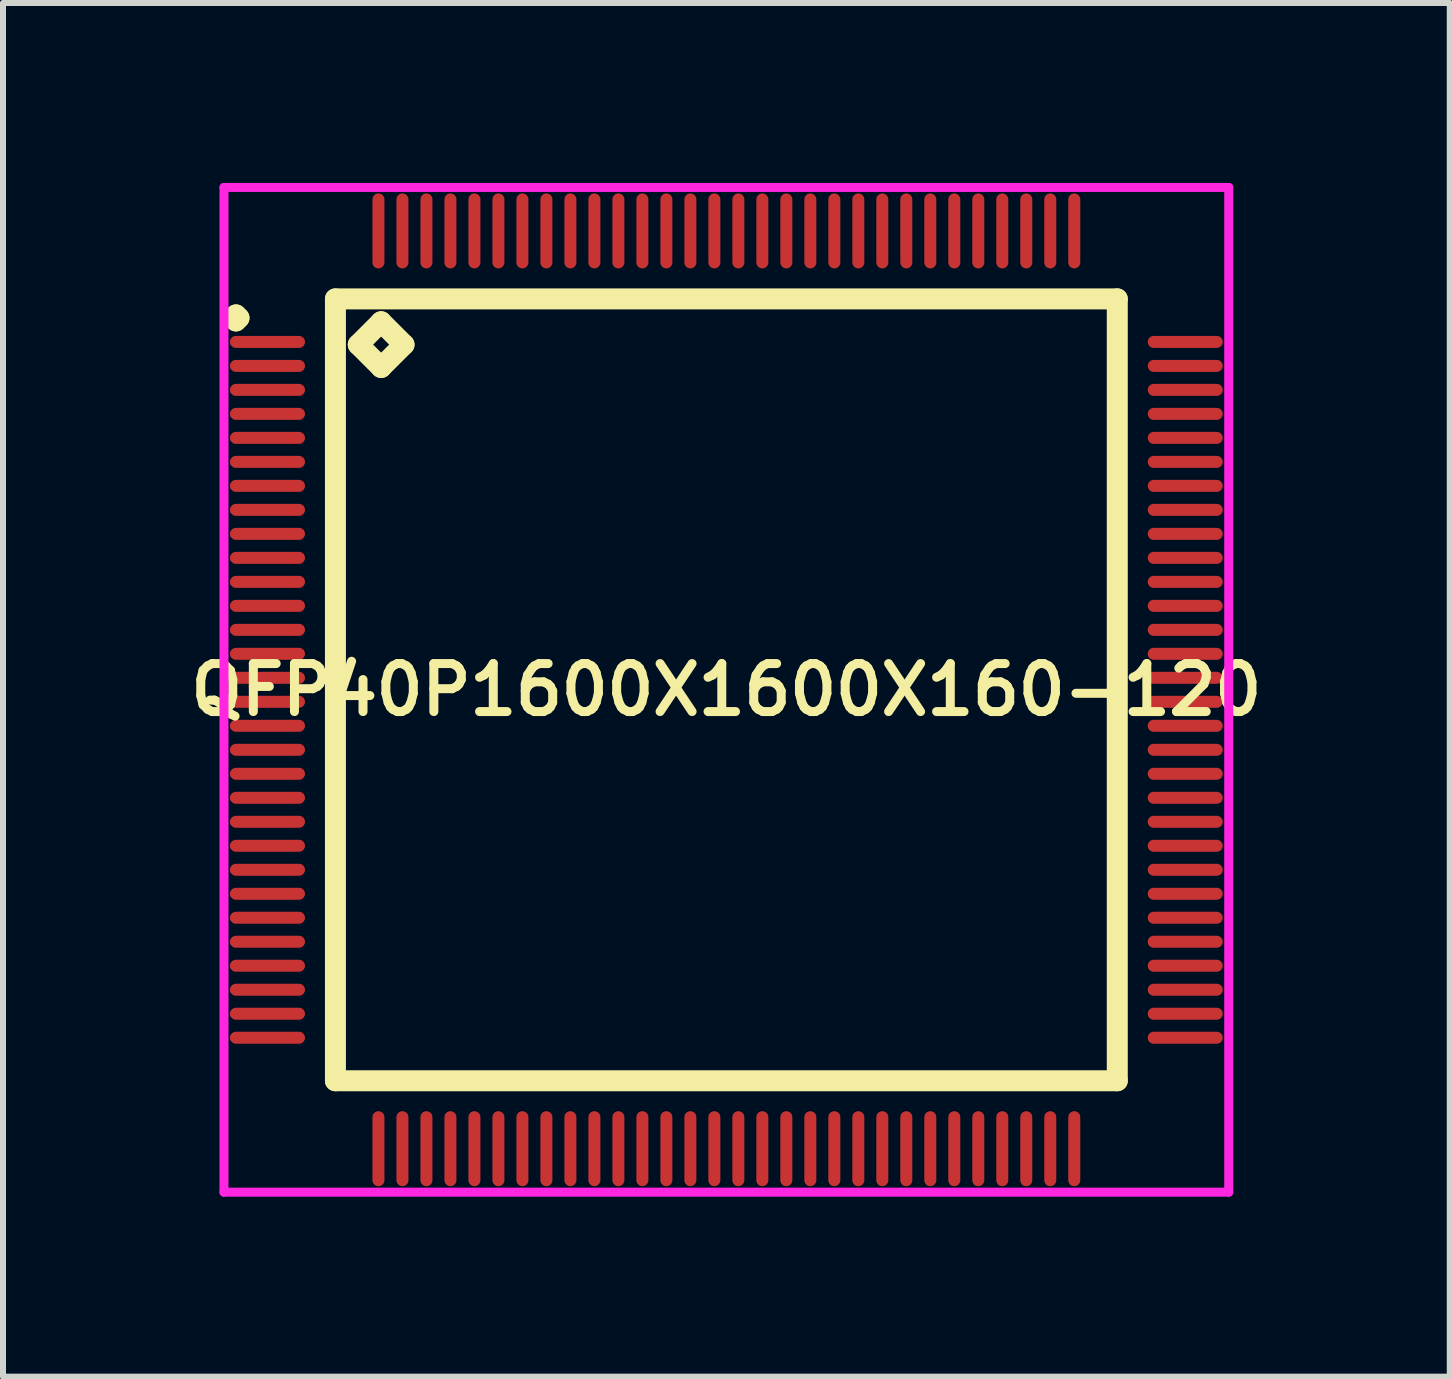
<source format=kicad_pcb>
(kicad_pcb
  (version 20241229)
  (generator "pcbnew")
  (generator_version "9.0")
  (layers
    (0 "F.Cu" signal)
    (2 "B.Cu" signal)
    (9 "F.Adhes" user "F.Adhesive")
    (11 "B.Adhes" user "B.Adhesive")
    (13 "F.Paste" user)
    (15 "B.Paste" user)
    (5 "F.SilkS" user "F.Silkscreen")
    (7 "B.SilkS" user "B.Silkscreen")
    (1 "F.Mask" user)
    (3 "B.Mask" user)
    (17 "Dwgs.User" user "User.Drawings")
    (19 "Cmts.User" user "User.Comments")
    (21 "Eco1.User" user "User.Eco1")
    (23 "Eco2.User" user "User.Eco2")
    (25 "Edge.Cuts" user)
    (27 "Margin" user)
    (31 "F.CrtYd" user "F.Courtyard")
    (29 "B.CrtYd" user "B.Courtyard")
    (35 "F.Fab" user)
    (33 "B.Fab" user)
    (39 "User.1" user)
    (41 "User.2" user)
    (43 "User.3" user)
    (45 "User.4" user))
  (footprint "QFP40P1600X1600X160-120"
    (layer "F.Cu")
    (at 9.059 8.45)
    (property "Reference" "QFP40P1600X1600X160-120" (at 0 0 0) (layer "F.SilkS") (effects (font (size 0.8 0.8) (thickness 0.15))))
    (attr smd)
    (fp_line (start -8.225 -6.2) (end -8.175 -6.25) (stroke (width 0.35) (type solid)) (layer "F.SilkS"))
    (fp_line (start -8.175 -6.25) (end -8.125 -6.2) (stroke (width 0.35) (type solid)) (layer "F.SilkS"))
    (fp_line (start -8.175 -6.15) (end -8.225 -6.2) (stroke (width 0.35) (type solid)) (layer "F.SilkS"))
    (fp_line (start -8.125 -6.2) (end -8.175 -6.15) (stroke (width 0.35) (type solid)) (layer "F.SilkS"))
    (fp_line (start -6.517 -6.517) (end -6.517 6.517) (stroke (width 0.35) (type solid)) (layer "F.SilkS"))
    (fp_line (start -6.517 6.517) (end 6.517 6.517) (stroke (width 0.35) (type solid)) (layer "F.SilkS"))
    (fp_line (start -6.136 -5.755) (end -5.755 -6.136) (stroke (width 0.35) (type solid)) (layer "F.SilkS"))
    (fp_line (start -5.755 -6.136) (end -5.374 -5.755) (stroke (width 0.35) (type solid)) (layer "F.SilkS"))
    (fp_line (start -5.755 -5.374) (end -6.136 -5.755) (stroke (width 0.35) (type solid)) (layer "F.SilkS"))
    (fp_line (start -5.374 -5.755) (end -5.755 -5.374) (stroke (width 0.35) (type solid)) (layer "F.SilkS"))
    (fp_line (start 6.517 -6.517) (end -6.517 -6.517) (stroke (width 0.35) (type solid)) (layer "F.SilkS"))
    (fp_line (start 6.517 6.517) (end 6.517 -6.517) (stroke (width 0.35) (type solid)) (layer "F.SilkS"))
    (fp_line (start -8.375 -8.375) (end 8.375 -8.375) (stroke (width 0.15) (type solid)) (layer "F.CrtYd"))
    (fp_line (start -8.375 8.375) (end -8.375 -8.375) (stroke (width 0.15) (type solid)) (layer "F.CrtYd"))
    (fp_line (start 8.375 -8.375) (end 8.375 8.375) (stroke (width 0.15) (type solid)) (layer "F.CrtYd"))
    (fp_line (start 8.375 8.375) (end -8.375 8.375) (stroke (width 0.15) (type solid)) (layer "F.CrtYd"))
    (pad "1" smd oval (at -7.65 -5.8) (size 1.25 0.2) (layers "F.Cu" "F.Mask" "F.Paste"))
    (pad "2" smd oval (at -7.65 -5.4) (size 1.25 0.2) (layers "F.Cu" "F.Mask" "F.Paste"))
    (pad "3" smd oval (at -7.65 -5) (size 1.25 0.2) (layers "F.Cu" "F.Mask" "F.Paste"))
    (pad "4" smd oval (at -7.65 -4.6) (size 1.25 0.2) (layers "F.Cu" "F.Mask" "F.Paste"))
    (pad "5" smd oval (at -7.65 -4.2) (size 1.25 0.2) (layers "F.Cu" "F.Mask" "F.Paste"))
    (pad "6" smd oval (at -7.65 -3.8) (size 1.25 0.2) (layers "F.Cu" "F.Mask" "F.Paste"))
    (pad "7" smd oval (at -7.65 -3.4) (size 1.25 0.2) (layers "F.Cu" "F.Mask" "F.Paste"))
    (pad "8" smd oval (at -7.65 -3) (size 1.25 0.2) (layers "F.Cu" "F.Mask" "F.Paste"))
    (pad "9" smd oval (at -7.65 -2.6) (size 1.25 0.2) (layers "F.Cu" "F.Mask" "F.Paste"))
    (pad "10" smd oval (at -7.65 -2.2) (size 1.25 0.2) (layers "F.Cu" "F.Mask" "F.Paste"))
    (pad "11" smd oval (at -7.65 -1.8) (size 1.25 0.2) (layers "F.Cu" "F.Mask" "F.Paste"))
    (pad "12" smd oval (at -7.65 -1.4) (size 1.25 0.2) (layers "F.Cu" "F.Mask" "F.Paste"))
    (pad "13" smd oval (at -7.65 -1) (size 1.25 0.2) (layers "F.Cu" "F.Mask" "F.Paste"))
    (pad "14" smd oval (at -7.65 -0.6) (size 1.25 0.2) (layers "F.Cu" "F.Mask" "F.Paste"))
    (pad "15" smd oval (at -7.65 -0.2) (size 1.25 0.2) (layers "F.Cu" "F.Mask" "F.Paste"))
    (pad "16" smd oval (at -7.65 0.2) (size 1.25 0.2) (layers "F.Cu" "F.Mask" "F.Paste"))
    (pad "17" smd oval (at -7.65 0.6) (size 1.25 0.2) (layers "F.Cu" "F.Mask" "F.Paste"))
    (pad "18" smd oval (at -7.65 1) (size 1.25 0.2) (layers "F.Cu" "F.Mask" "F.Paste"))
    (pad "19" smd oval (at -7.65 1.4) (size 1.25 0.2) (layers "F.Cu" "F.Mask" "F.Paste"))
    (pad "20" smd oval (at -7.65 1.8) (size 1.25 0.2) (layers "F.Cu" "F.Mask" "F.Paste"))
    (pad "21" smd oval (at -7.65 2.2) (size 1.25 0.2) (layers "F.Cu" "F.Mask" "F.Paste"))
    (pad "22" smd oval (at -7.65 2.6) (size 1.25 0.2) (layers "F.Cu" "F.Mask" "F.Paste"))
    (pad "23" smd oval (at -7.65 3) (size 1.25 0.2) (layers "F.Cu" "F.Mask" "F.Paste"))
    (pad "24" smd oval (at -7.65 3.4) (size 1.25 0.2) (layers "F.Cu" "F.Mask" "F.Paste"))
    (pad "25" smd oval (at -7.65 3.8) (size 1.25 0.2) (layers "F.Cu" "F.Mask" "F.Paste"))
    (pad "26" smd oval (at -7.65 4.2) (size 1.25 0.2) (layers "F.Cu" "F.Mask" "F.Paste"))
    (pad "27" smd oval (at -7.65 4.6) (size 1.25 0.2) (layers "F.Cu" "F.Mask" "F.Paste"))
    (pad "28" smd oval (at -7.65 5) (size 1.25 0.2) (layers "F.Cu" "F.Mask" "F.Paste"))
    (pad "29" smd oval (at -7.65 5.4) (size 1.25 0.2) (layers "F.Cu" "F.Mask" "F.Paste"))
    (pad "30" smd oval (at -7.65 5.8) (size 1.25 0.2) (layers "F.Cu" "F.Mask" "F.Paste"))
    (pad "31" smd oval (at -5.8 7.65) (size 0.2 1.25) (layers "F.Cu" "F.Mask" "F.Paste"))
    (pad "32" smd oval (at -5.4 7.65) (size 0.2 1.25) (layers "F.Cu" "F.Mask" "F.Paste"))
    (pad "33" smd oval (at -5 7.65) (size 0.2 1.25) (layers "F.Cu" "F.Mask" "F.Paste"))
    (pad "34" smd oval (at -4.6 7.65) (size 0.2 1.25) (layers "F.Cu" "F.Mask" "F.Paste"))
    (pad "35" smd oval (at -4.2 7.65) (size 0.2 1.25) (layers "F.Cu" "F.Mask" "F.Paste"))
    (pad "36" smd oval (at -3.8 7.65) (size 0.2 1.25) (layers "F.Cu" "F.Mask" "F.Paste"))
    (pad "37" smd oval (at -3.4 7.65) (size 0.2 1.25) (layers "F.Cu" "F.Mask" "F.Paste"))
    (pad "38" smd oval (at -3 7.65) (size 0.2 1.25) (layers "F.Cu" "F.Mask" "F.Paste"))
    (pad "39" smd oval (at -2.6 7.65) (size 0.2 1.25) (layers "F.Cu" "F.Mask" "F.Paste"))
    (pad "40" smd oval (at -2.2 7.65) (size 0.2 1.25) (layers "F.Cu" "F.Mask" "F.Paste"))
    (pad "41" smd oval (at -1.8 7.65) (size 0.2 1.25) (layers "F.Cu" "F.Mask" "F.Paste"))
    (pad "42" smd oval (at -1.4 7.65) (size 0.2 1.25) (layers "F.Cu" "F.Mask" "F.Paste"))
    (pad "43" smd oval (at -1 7.65) (size 0.2 1.25) (layers "F.Cu" "F.Mask" "F.Paste"))
    (pad "44" smd oval (at -0.6 7.65) (size 0.2 1.25) (layers "F.Cu" "F.Mask" "F.Paste"))
    (pad "45" smd oval (at -0.2 7.65) (size 0.2 1.25) (layers "F.Cu" "F.Mask" "F.Paste"))
    (pad "46" smd oval (at 0.2 7.65) (size 0.2 1.25) (layers "F.Cu" "F.Mask" "F.Paste"))
    (pad "47" smd oval (at 0.6 7.65) (size 0.2 1.25) (layers "F.Cu" "F.Mask" "F.Paste"))
    (pad "48" smd oval (at 1 7.65) (size 0.2 1.25) (layers "F.Cu" "F.Mask" "F.Paste"))
    (pad "49" smd oval (at 1.4 7.65) (size 0.2 1.25) (layers "F.Cu" "F.Mask" "F.Paste"))
    (pad "50" smd oval (at 1.8 7.65) (size 0.2 1.25) (layers "F.Cu" "F.Mask" "F.Paste"))
    (pad "51" smd oval (at 2.2 7.65) (size 0.2 1.25) (layers "F.Cu" "F.Mask" "F.Paste"))
    (pad "52" smd oval (at 2.6 7.65) (size 0.2 1.25) (layers "F.Cu" "F.Mask" "F.Paste"))
    (pad "53" smd oval (at 3 7.65) (size 0.2 1.25) (layers "F.Cu" "F.Mask" "F.Paste"))
    (pad "54" smd oval (at 3.4 7.65) (size 0.2 1.25) (layers "F.Cu" "F.Mask" "F.Paste"))
    (pad "55" smd oval (at 3.8 7.65) (size 0.2 1.25) (layers "F.Cu" "F.Mask" "F.Paste"))
    (pad "56" smd oval (at 4.2 7.65) (size 0.2 1.25) (layers "F.Cu" "F.Mask" "F.Paste"))
    (pad "57" smd oval (at 4.6 7.65) (size 0.2 1.25) (layers "F.Cu" "F.Mask" "F.Paste"))
    (pad "58" smd oval (at 5 7.65) (size 0.2 1.25) (layers "F.Cu" "F.Mask" "F.Paste"))
    (pad "59" smd oval (at 5.4 7.65) (size 0.2 1.25) (layers "F.Cu" "F.Mask" "F.Paste"))
    (pad "60" smd oval (at 5.8 7.65) (size 0.2 1.25) (layers "F.Cu" "F.Mask" "F.Paste"))
    (pad "61" smd oval (at 7.65 5.8) (size 1.25 0.2) (layers "F.Cu" "F.Mask" "F.Paste"))
    (pad "62" smd oval (at 7.65 5.4) (size 1.25 0.2) (layers "F.Cu" "F.Mask" "F.Paste"))
    (pad "63" smd oval (at 7.65 5) (size 1.25 0.2) (layers "F.Cu" "F.Mask" "F.Paste"))
    (pad "64" smd oval (at 7.65 4.6) (size 1.25 0.2) (layers "F.Cu" "F.Mask" "F.Paste"))
    (pad "65" smd oval (at 7.65 4.2) (size 1.25 0.2) (layers "F.Cu" "F.Mask" "F.Paste"))
    (pad "66" smd oval (at 7.65 3.8) (size 1.25 0.2) (layers "F.Cu" "F.Mask" "F.Paste"))
    (pad "67" smd oval (at 7.65 3.4) (size 1.25 0.2) (layers "F.Cu" "F.Mask" "F.Paste"))
    (pad "68" smd oval (at 7.65 3) (size 1.25 0.2) (layers "F.Cu" "F.Mask" "F.Paste"))
    (pad "69" smd oval (at 7.65 2.6) (size 1.25 0.2) (layers "F.Cu" "F.Mask" "F.Paste"))
    (pad "70" smd oval (at 7.65 2.2) (size 1.25 0.2) (layers "F.Cu" "F.Mask" "F.Paste"))
    (pad "71" smd oval (at 7.65 1.8) (size 1.25 0.2) (layers "F.Cu" "F.Mask" "F.Paste"))
    (pad "72" smd oval (at 7.65 1.4) (size 1.25 0.2) (layers "F.Cu" "F.Mask" "F.Paste"))
    (pad "73" smd oval (at 7.65 1) (size 1.25 0.2) (layers "F.Cu" "F.Mask" "F.Paste"))
    (pad "74" smd oval (at 7.65 0.6) (size 1.25 0.2) (layers "F.Cu" "F.Mask" "F.Paste"))
    (pad "75" smd oval (at 7.65 0.2) (size 1.25 0.2) (layers "F.Cu" "F.Mask" "F.Paste"))
    (pad "76" smd oval (at 7.65 -0.2) (size 1.25 0.2) (layers "F.Cu" "F.Mask" "F.Paste"))
    (pad "77" smd oval (at 7.65 -0.6) (size 1.25 0.2) (layers "F.Cu" "F.Mask" "F.Paste"))
    (pad "78" smd oval (at 7.65 -1) (size 1.25 0.2) (layers "F.Cu" "F.Mask" "F.Paste"))
    (pad "79" smd oval (at 7.65 -1.4) (size 1.25 0.2) (layers "F.Cu" "F.Mask" "F.Paste"))
    (pad "80" smd oval (at 7.65 -1.8) (size 1.25 0.2) (layers "F.Cu" "F.Mask" "F.Paste"))
    (pad "81" smd oval (at 7.65 -2.2) (size 1.25 0.2) (layers "F.Cu" "F.Mask" "F.Paste"))
    (pad "82" smd oval (at 7.65 -2.6) (size 1.25 0.2) (layers "F.Cu" "F.Mask" "F.Paste"))
    (pad "83" smd oval (at 7.65 -3) (size 1.25 0.2) (layers "F.Cu" "F.Mask" "F.Paste"))
    (pad "84" smd oval (at 7.65 -3.4) (size 1.25 0.2) (layers "F.Cu" "F.Mask" "F.Paste"))
    (pad "85" smd oval (at 7.65 -3.8) (size 1.25 0.2) (layers "F.Cu" "F.Mask" "F.Paste"))
    (pad "86" smd oval (at 7.65 -4.2) (size 1.25 0.2) (layers "F.Cu" "F.Mask" "F.Paste"))
    (pad "87" smd oval (at 7.65 -4.6) (size 1.25 0.2) (layers "F.Cu" "F.Mask" "F.Paste"))
    (pad "88" smd oval (at 7.65 -5) (size 1.25 0.2) (layers "F.Cu" "F.Mask" "F.Paste"))
    (pad "89" smd oval (at 7.65 -5.4) (size 1.25 0.2) (layers "F.Cu" "F.Mask" "F.Paste"))
    (pad "90" smd oval (at 7.65 -5.8) (size 1.25 0.2) (layers "F.Cu" "F.Mask" "F.Paste"))
    (pad "91" smd oval (at 5.8 -7.65) (size 0.2 1.25) (layers "F.Cu" "F.Mask" "F.Paste"))
    (pad "92" smd oval (at 5.4 -7.65) (size 0.2 1.25) (layers "F.Cu" "F.Mask" "F.Paste"))
    (pad "93" smd oval (at 5 -7.65) (size 0.2 1.25) (layers "F.Cu" "F.Mask" "F.Paste"))
    (pad "94" smd oval (at 4.6 -7.65) (size 0.2 1.25) (layers "F.Cu" "F.Mask" "F.Paste"))
    (pad "95" smd oval (at 4.2 -7.65) (size 0.2 1.25) (layers "F.Cu" "F.Mask" "F.Paste"))
    (pad "96" smd oval (at 3.8 -7.65) (size 0.2 1.25) (layers "F.Cu" "F.Mask" "F.Paste"))
    (pad "97" smd oval (at 3.4 -7.65) (size 0.2 1.25) (layers "F.Cu" "F.Mask" "F.Paste"))
    (pad "98" smd oval (at 3 -7.65) (size 0.2 1.25) (layers "F.Cu" "F.Mask" "F.Paste"))
    (pad "99" smd oval (at 2.6 -7.65) (size 0.2 1.25) (layers "F.Cu" "F.Mask" "F.Paste"))
    (pad "100" smd oval (at 2.2 -7.65) (size 0.2 1.25) (layers "F.Cu" "F.Mask" "F.Paste"))
    (pad "101" smd oval (at 1.8 -7.65) (size 0.2 1.25) (layers "F.Cu" "F.Mask" "F.Paste"))
    (pad "102" smd oval (at 1.4 -7.65) (size 0.2 1.25) (layers "F.Cu" "F.Mask" "F.Paste"))
    (pad "103" smd oval (at 1 -7.65) (size 0.2 1.25) (layers "F.Cu" "F.Mask" "F.Paste"))
    (pad "104" smd oval (at 0.6 -7.65) (size 0.2 1.25) (layers "F.Cu" "F.Mask" "F.Paste"))
    (pad "105" smd oval (at 0.2 -7.65) (size 0.2 1.25) (layers "F.Cu" "F.Mask" "F.Paste"))
    (pad "106" smd oval (at -0.2 -7.65) (size 0.2 1.25) (layers "F.Cu" "F.Mask" "F.Paste"))
    (pad "107" smd oval (at -0.6 -7.65) (size 0.2 1.25) (layers "F.Cu" "F.Mask" "F.Paste"))
    (pad "108" smd oval (at -1 -7.65) (size 0.2 1.25) (layers "F.Cu" "F.Mask" "F.Paste"))
    (pad "109" smd oval (at -1.4 -7.65) (size 0.2 1.25) (layers "F.Cu" "F.Mask" "F.Paste"))
    (pad "110" smd oval (at -1.8 -7.65) (size 0.2 1.25) (layers "F.Cu" "F.Mask" "F.Paste"))
    (pad "111" smd oval (at -2.2 -7.65) (size 0.2 1.25) (layers "F.Cu" "F.Mask" "F.Paste"))
    (pad "112" smd oval (at -2.6 -7.65) (size 0.2 1.25) (layers "F.Cu" "F.Mask" "F.Paste"))
    (pad "113" smd oval (at -3 -7.65) (size 0.2 1.25) (layers "F.Cu" "F.Mask" "F.Paste"))
    (pad "114" smd oval (at -3.4 -7.65) (size 0.2 1.25) (layers "F.Cu" "F.Mask" "F.Paste"))
    (pad "115" smd oval (at -3.8 -7.65) (size 0.2 1.25) (layers "F.Cu" "F.Mask" "F.Paste"))
    (pad "116" smd oval (at -4.2 -7.65) (size 0.2 1.25) (layers "F.Cu" "F.Mask" "F.Paste"))
    (pad "117" smd oval (at -4.6 -7.65) (size 0.2 1.25) (layers "F.Cu" "F.Mask" "F.Paste"))
    (pad "118" smd oval (at -5 -7.65) (size 0.2 1.25) (layers "F.Cu" "F.Mask" "F.Paste"))
    (pad "119" smd oval (at -5.4 -7.65) (size 0.2 1.25) (layers "F.Cu" "F.Mask" "F.Paste"))
    (pad "120" smd oval (at -5.8 -7.65) (size 0.2 1.25) (layers "F.Cu" "F.Mask" "F.Paste")))
  (gr_rect
    (start -3 -3)
    (end 21.119 19.9)
    (stroke (width 0.1) (type default))
    (fill no)
    (layer "Edge.Cuts")))
</source>
